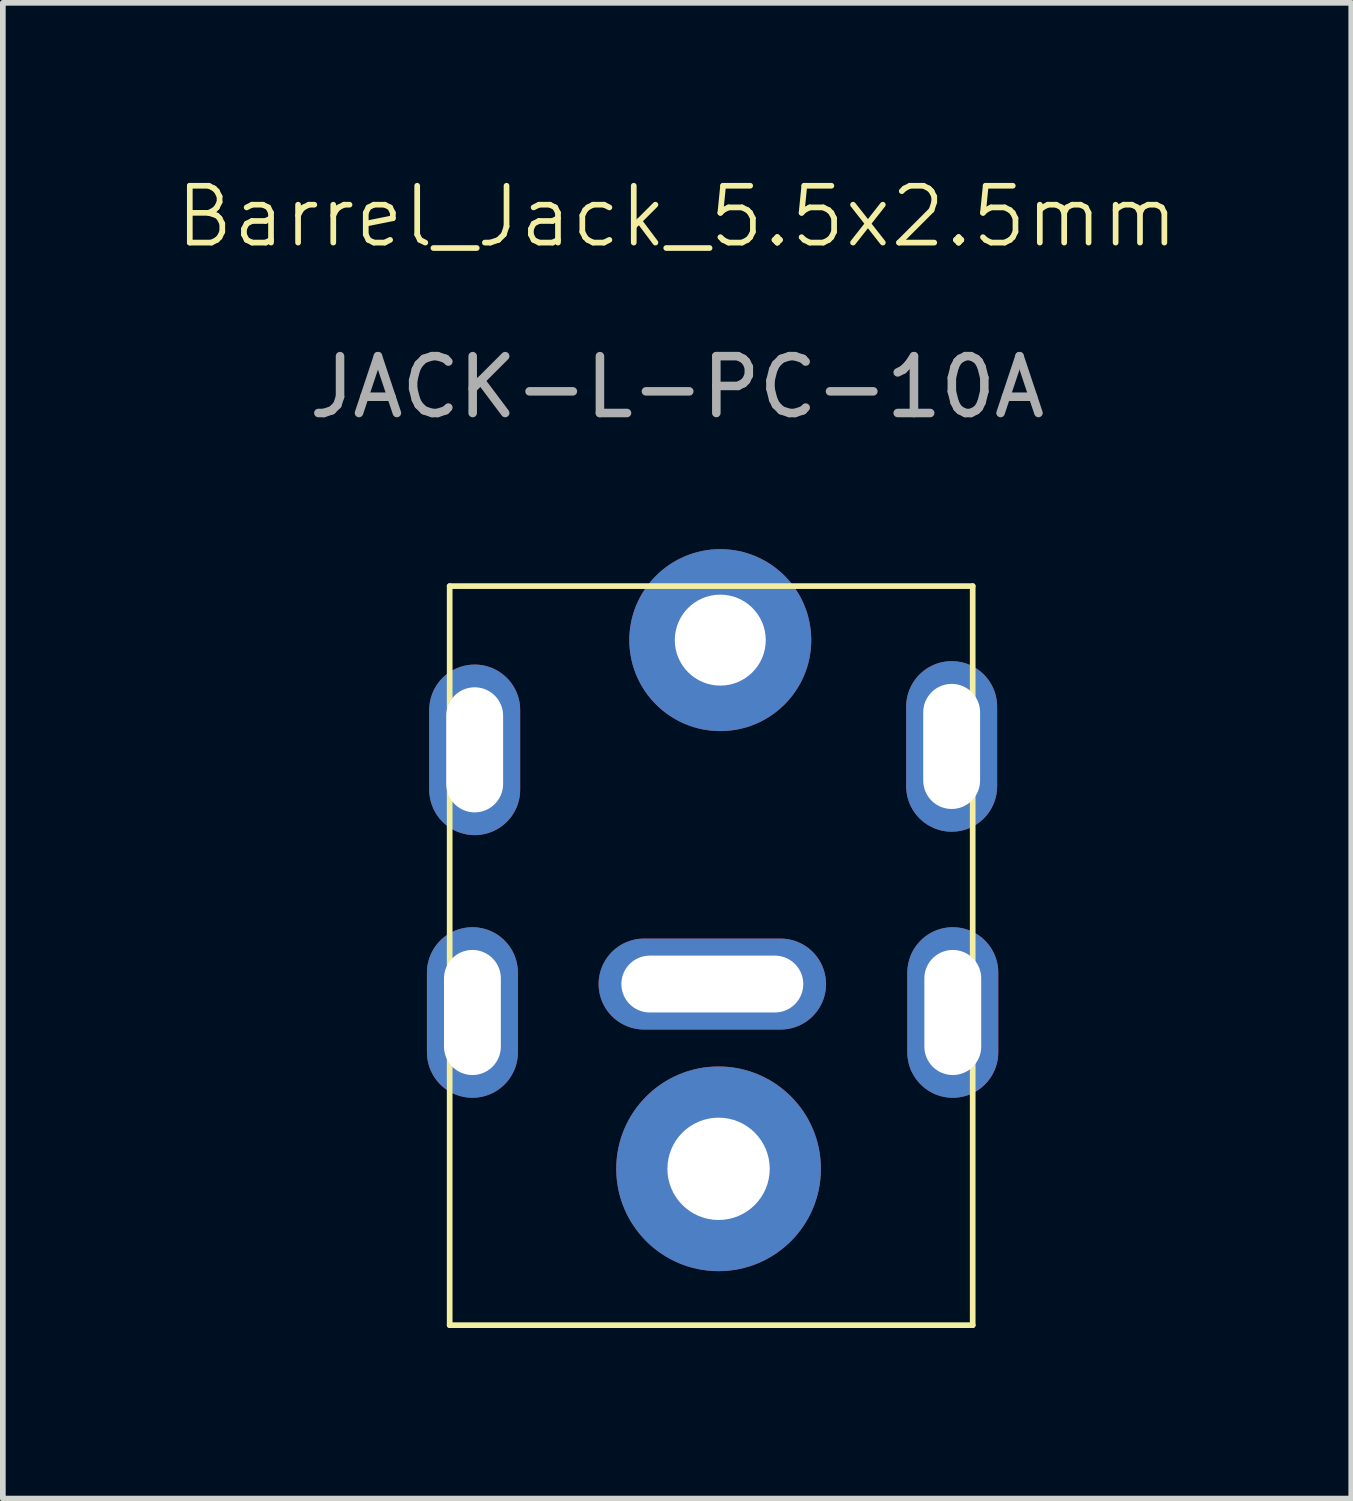
<source format=kicad_pcb>
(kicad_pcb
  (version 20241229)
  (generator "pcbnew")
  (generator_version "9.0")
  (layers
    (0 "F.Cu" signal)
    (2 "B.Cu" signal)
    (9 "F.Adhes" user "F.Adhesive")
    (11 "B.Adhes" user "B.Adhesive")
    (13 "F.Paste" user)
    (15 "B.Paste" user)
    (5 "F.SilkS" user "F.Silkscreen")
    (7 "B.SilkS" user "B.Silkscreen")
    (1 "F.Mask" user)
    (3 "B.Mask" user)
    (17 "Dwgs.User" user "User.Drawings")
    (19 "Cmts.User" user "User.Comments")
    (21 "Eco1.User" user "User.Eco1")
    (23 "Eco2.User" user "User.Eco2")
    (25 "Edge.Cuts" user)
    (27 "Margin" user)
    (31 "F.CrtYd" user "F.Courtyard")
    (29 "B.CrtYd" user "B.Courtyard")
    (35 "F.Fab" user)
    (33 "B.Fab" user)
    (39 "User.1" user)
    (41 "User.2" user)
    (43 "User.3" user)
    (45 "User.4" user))
  (footprint "Barrel_Jack_5.5x2.5mm"
    (layer "F.Cu")
    (at 8.86 1.26)
    (property "Reference" "Barrel_Jack_5.5x2.5mm" (at 0 -0.5 0) (unlocked yes) (layer "F.SilkS") (effects (font (size 1 1) (thickness 0.1))))
    (attr through_hole)
    (fp_line (start -4 6) (end -4 19) (stroke (width 0.1) (type default)) (layer "F.SilkS"))
    (fp_line (start -4 6) (end 5.2 6) (stroke (width 0.1) (type default)) (layer "F.SilkS"))
    (fp_line (start -4 19) (end 5.2 19) (stroke (width 0.1) (type default)) (layer "F.SilkS"))
    (fp_line (start 5.2 6) (end 5.2 19) (stroke (width 0.1) (type default)) (layer "F.SilkS"))
    (fp_text user "JACK-L-PC-10A" (at 0 2.5 0) (unlocked yes) (layer "F.Fab") (effects (font (size 1 1) (thickness 0.15))))
    (pad "1" thru_hole circle (at 0.76 6.95) (size 3.2 3.2) (drill 1.6) (layers "*.Cu" "*.Mask"))
    (pad "2" thru_hole oval (at -3.6 13.5 90) (size 3 1.6) (drill oval 2.2 1) (layers "*.Cu" "*.Mask"))
    (pad "2" thru_hole oval (at -3.56 8.88 90) (size 3 1.6) (drill oval 2.2 1) (layers "*.Cu" "*.Mask"))
    (pad "2" thru_hole oval (at 4.83 8.82 90) (size 3 1.6) (drill oval 2.2 1) (layers "*.Cu" "*.Mask"))
    (pad "2" thru_hole oval (at 4.85 13.5 90) (size 3 1.6) (drill oval 2.2 1) (layers "*.Cu" "*.Mask"))
    (pad "3" thru_hole oval (at 0.62 13) (size 4 1.6) (drill oval 3.2 1) (layers "*.Cu" "*.Mask"))
    (pad "4" thru_hole circle (at 0.73 16.25) (size 3.6 3.6) (drill 1.8) (layers "*.Cu" "*.Mask")))
  (gr_rect
    (start -3 -3)
    (end 20.719 23.311)
    (stroke (width 0.1) (type default))
    (fill no)
    (layer "Edge.Cuts")))
</source>
